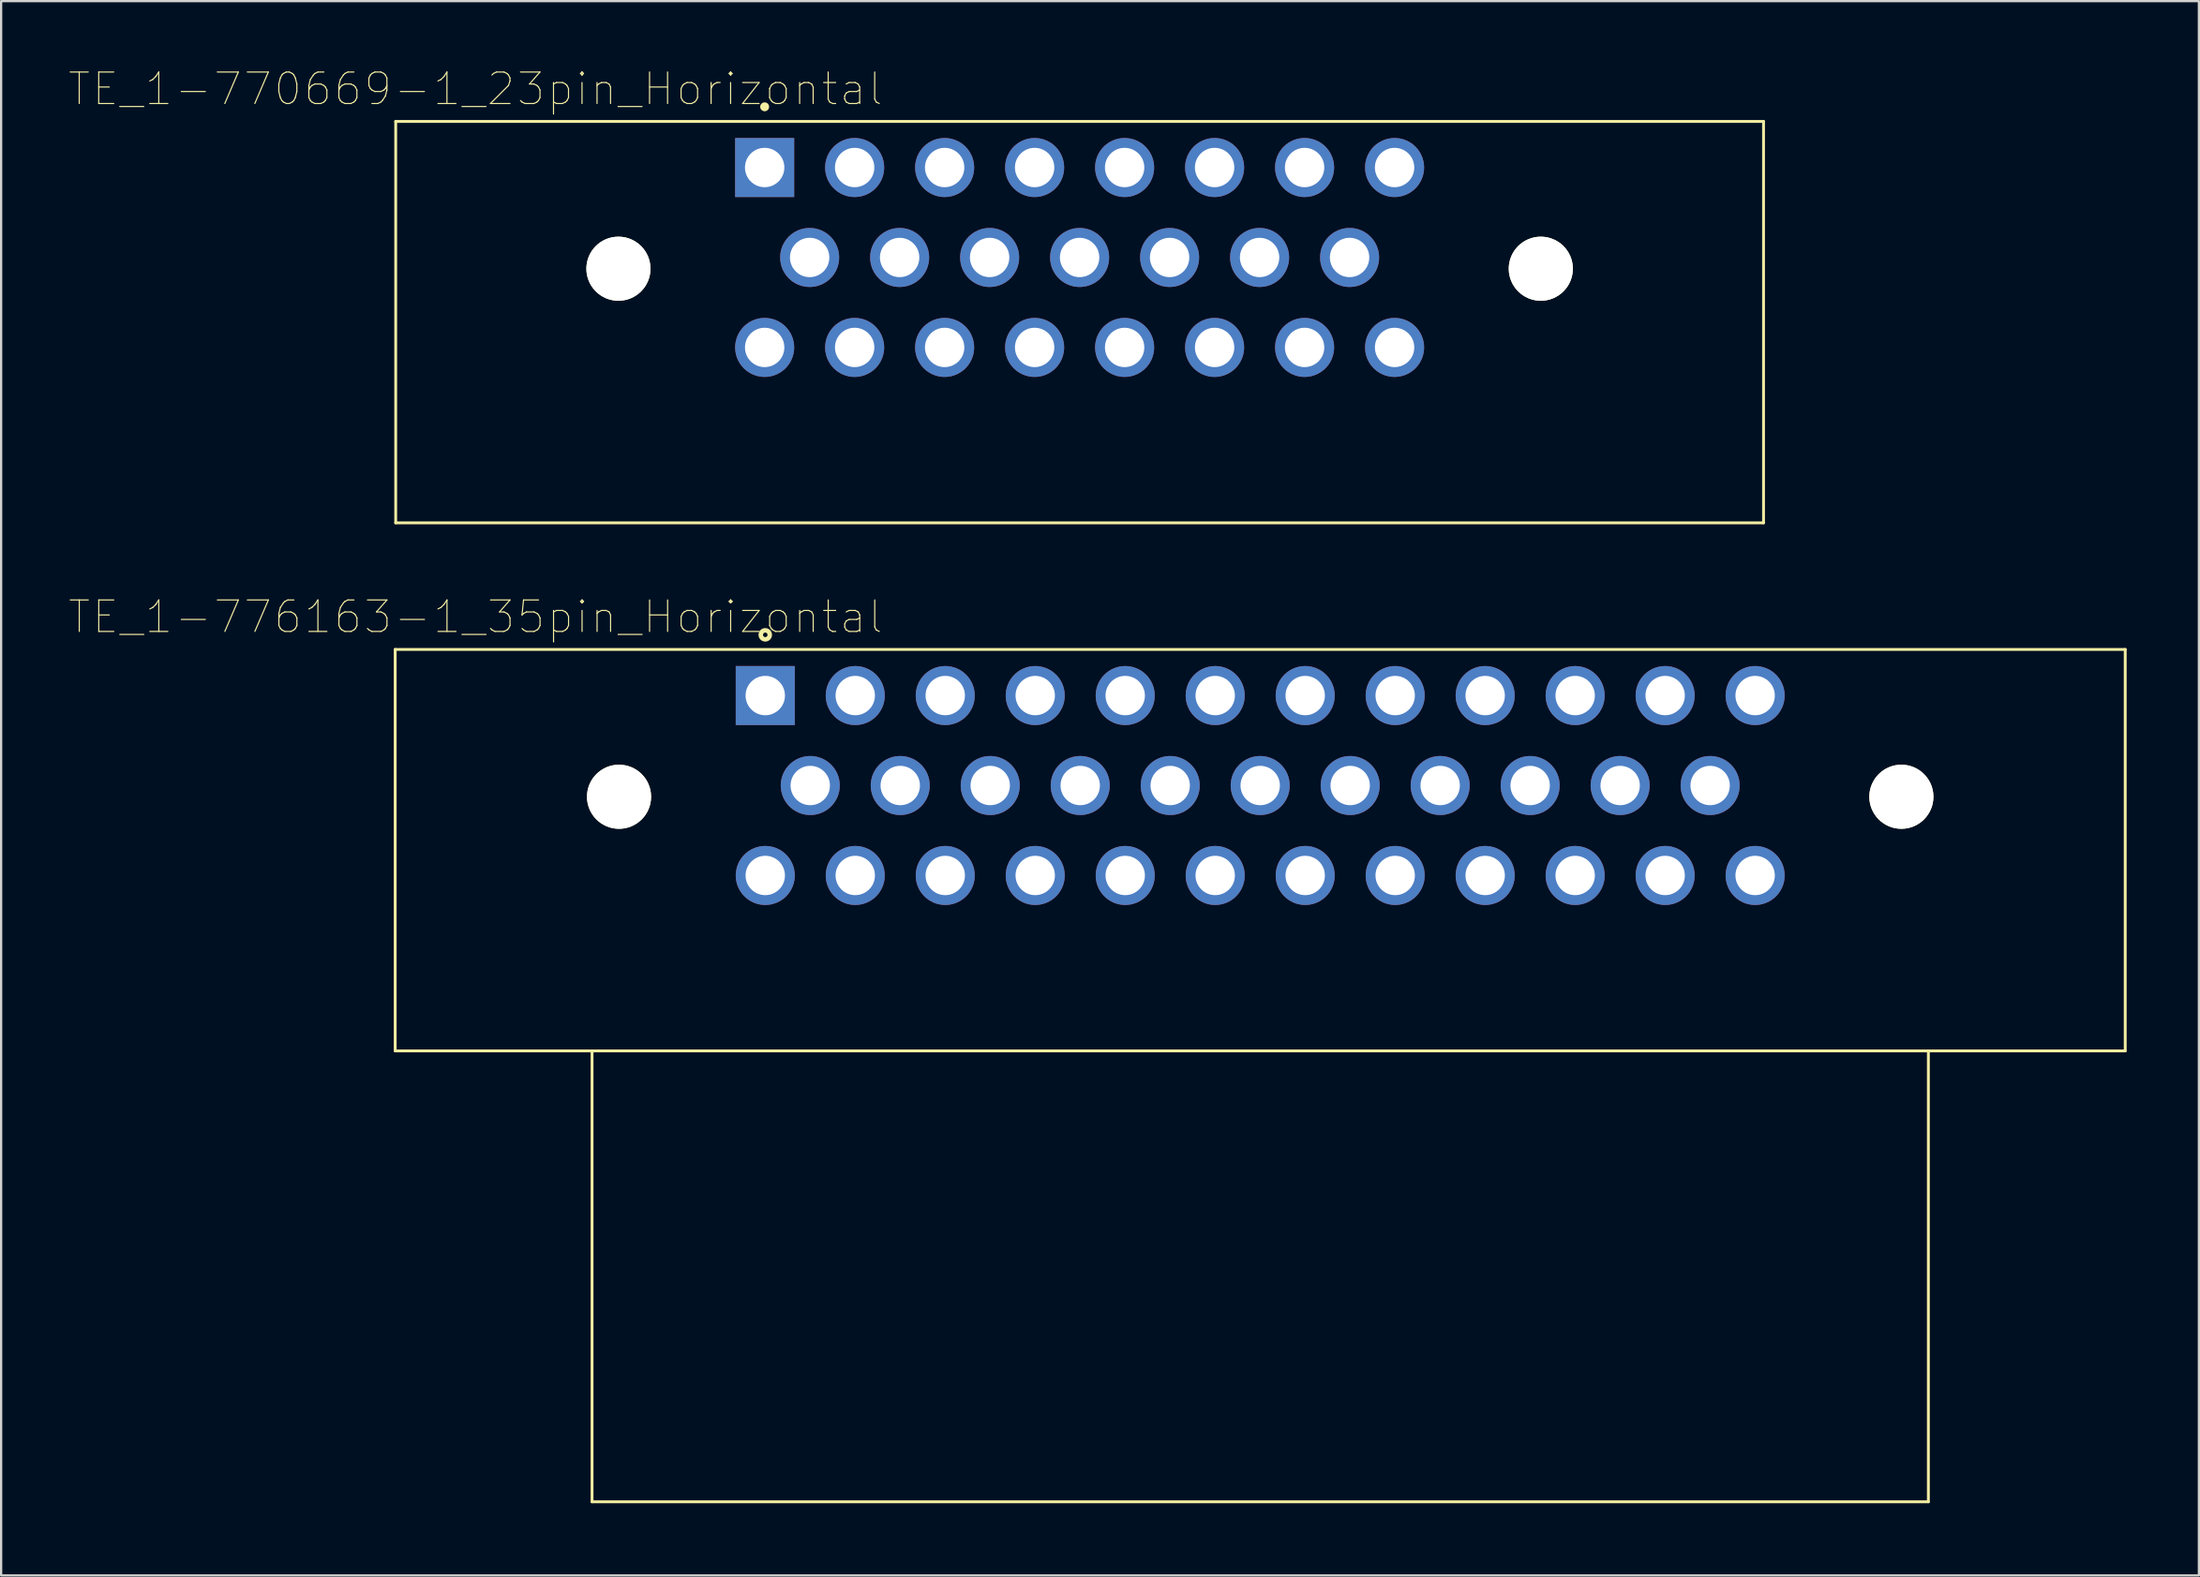
<source format=kicad_pcb>
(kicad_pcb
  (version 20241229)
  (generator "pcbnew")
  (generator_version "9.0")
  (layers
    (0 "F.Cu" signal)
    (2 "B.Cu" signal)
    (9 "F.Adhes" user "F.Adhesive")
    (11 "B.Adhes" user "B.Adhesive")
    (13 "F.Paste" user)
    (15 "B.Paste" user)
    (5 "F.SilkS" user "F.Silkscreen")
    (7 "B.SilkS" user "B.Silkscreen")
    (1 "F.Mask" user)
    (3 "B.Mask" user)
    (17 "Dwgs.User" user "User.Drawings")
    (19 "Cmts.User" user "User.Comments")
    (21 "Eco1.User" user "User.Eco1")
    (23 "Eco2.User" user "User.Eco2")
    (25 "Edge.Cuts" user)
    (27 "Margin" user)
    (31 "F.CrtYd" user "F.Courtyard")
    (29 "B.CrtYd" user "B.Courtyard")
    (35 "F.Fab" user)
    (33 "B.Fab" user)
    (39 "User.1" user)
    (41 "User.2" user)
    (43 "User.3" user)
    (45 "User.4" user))
  (footprint "TE_1-770669-1_23pin_Horizontal"
    (layer "F.Cu")
    (at 30.939 4.399)
    (property "Reference" "TE_1-770669-1_23pin_Horizontal" (at -12.855 -3.492 0) (layer "F.SilkS") (effects (font (size 1.401 1.401) (thickness 0.05))))
    (attr through_hole)
    (fp_line (start -16.4 -2.05) (end -16.4 15.8) (stroke (width 0.127) (type solid)) (layer "F.SilkS"))
    (fp_line (start 44.4 -2.05) (end -16.4 -2.05) (stroke (width 0.127) (type solid)) (layer "F.SilkS"))
    (fp_line (start 44.4 15.8) (end -16.4 15.8) (stroke (width 0.127) (type solid)) (layer "F.SilkS"))
    (fp_line (start 44.4 15.8) (end 44.4 -2.05) (stroke (width 0.127) (type solid)) (layer "F.SilkS"))
    (fp_circle (center 0 -2.7) (end 0.1 -2.7) (stroke (width 0.2) (type solid)) (fill no) (layer "F.SilkS"))
    (fp_line (start -16.65 -2.3) (end 44.65 -2.3) (stroke (width 0.05) (type solid)) (layer "Eco1.User"))
    (fp_line (start -16.65 16.05) (end -16.65 -2.3) (stroke (width 0.05) (type solid)) (layer "Eco1.User"))
    (fp_line (start 44.65 -2.3) (end 44.65 16.05) (stroke (width 0.05) (type solid)) (layer "Eco1.User"))
    (fp_line (start 44.65 16.05) (end -16.65 16.05) (stroke (width 0.05) (type solid)) (layer "Eco1.User"))
    (fp_line (start -16.4 -2.05) (end -16.4 15.8) (stroke (width 0.127) (type solid)) (layer "Eco2.User"))
    (fp_line (start 44.4 -2.05) (end -16.4 -2.05) (stroke (width 0.127) (type solid)) (layer "Eco2.User"))
    (fp_line (start 44.4 15.8) (end -16.4 15.8) (stroke (width 0.127) (type solid)) (layer "Eco2.User"))
    (fp_line (start 44.4 15.8) (end 44.4 -2.05) (stroke (width 0.127) (type solid)) (layer "Eco2.User"))
    (pad "" np_thru_hole circle (at -6.5 4.5) (size 2.85 2.85) (drill 2.85) (layers "*.Cu" "*.Mask" "F.SilkS"))
    (pad "" np_thru_hole circle (at 34.5 4.5) (size 2.85 2.85) (drill 2.85) (layers "*.Cu" "*.Mask" "F.SilkS"))
    (pad "1" thru_hole rect (at 0 0) (size 2.625 2.625) (drill 1.75) (layers "*.Cu" "*.Mask"))
    (pad "2" thru_hole circle (at 4 0) (size 2.625 2.625) (drill 1.75) (layers "*.Cu" "*.Mask"))
    (pad "3" thru_hole circle (at 8 0) (size 2.625 2.625) (drill 1.75) (layers "*.Cu" "*.Mask"))
    (pad "4" thru_hole circle (at 12 0) (size 2.625 2.625) (drill 1.75) (layers "*.Cu" "*.Mask"))
    (pad "5" thru_hole circle (at 16 0) (size 2.625 2.625) (drill 1.75) (layers "*.Cu" "*.Mask"))
    (pad "6" thru_hole circle (at 20 0) (size 2.625 2.625) (drill 1.75) (layers "*.Cu" "*.Mask"))
    (pad "7" thru_hole circle (at 24 0) (size 2.625 2.625) (drill 1.75) (layers "*.Cu" "*.Mask"))
    (pad "8" thru_hole circle (at 28 0) (size 2.625 2.625) (drill 1.75) (layers "*.Cu" "*.Mask"))
    (pad "9" thru_hole circle (at 2 4) (size 2.625 2.625) (drill 1.75) (layers "*.Cu" "*.Mask"))
    (pad "10" thru_hole circle (at 6 4) (size 2.625 2.625) (drill 1.75) (layers "*.Cu" "*.Mask"))
    (pad "11" thru_hole circle (at 10 4) (size 2.625 2.625) (drill 1.75) (layers "*.Cu" "*.Mask"))
    (pad "12" thru_hole circle (at 14 4) (size 2.625 2.625) (drill 1.75) (layers "*.Cu" "*.Mask"))
    (pad "13" thru_hole circle (at 18 4) (size 2.625 2.625) (drill 1.75) (layers "*.Cu" "*.Mask"))
    (pad "14" thru_hole circle (at 22 4) (size 2.625 2.625) (drill 1.75) (layers "*.Cu" "*.Mask"))
    (pad "15" thru_hole circle (at 26 4) (size 2.625 2.625) (drill 1.75) (layers "*.Cu" "*.Mask"))
    (pad "16" thru_hole circle (at 0 8) (size 2.625 2.625) (drill 1.75) (layers "*.Cu" "*.Mask"))
    (pad "17" thru_hole circle (at 4 8) (size 2.625 2.625) (drill 1.75) (layers "*.Cu" "*.Mask"))
    (pad "18" thru_hole circle (at 8 8) (size 2.625 2.625) (drill 1.75) (layers "*.Cu" "*.Mask"))
    (pad "19" thru_hole circle (at 12 8) (size 2.625 2.625) (drill 1.75) (layers "*.Cu" "*.Mask"))
    (pad "20" thru_hole circle (at 16 8) (size 2.625 2.625) (drill 1.75) (layers "*.Cu" "*.Mask"))
    (pad "21" thru_hole circle (at 20 8) (size 2.625 2.625) (drill 1.75) (layers "*.Cu" "*.Mask"))
    (pad "22" thru_hole circle (at 24 8) (size 2.625 2.625) (drill 1.75) (layers "*.Cu" "*.Mask"))
    (pad "23" thru_hole circle (at 28 8) (size 2.625 2.625) (drill 1.75) (layers "*.Cu" "*.Mask")))
  (footprint "TE_1-776163-1_35pin_Horizontal"
    (layer "F.Cu")
    (at 52.966 31.879)
    (property "Reference" "TE_1-776163-1_35pin_Horizontal" (at -34.88 -7.497 0) (layer "F.SilkS") (effects (font (size 1.401 1.401) (thickness 0.05))))
    (attr through_hole)
    (fp_line (start -38.45 -6.05) (end -38.45 11.8) (stroke (width 0.127) (type solid)) (layer "F.SilkS"))
    (fp_line (start -29.7 11.8) (end -38.45 11.8) (stroke (width 0.127) (type solid)) (layer "F.SilkS"))
    (fp_line (start -29.7 31.85) (end -29.7 11.8) (stroke (width 0.127) (type solid)) (layer "F.SilkS"))
    (fp_line (start -29.7 31.85) (end 29.7 31.85) (stroke (width 0.127) (type solid)) (layer "F.SilkS"))
    (fp_line (start 29.7 11.8) (end -29.7 11.8) (stroke (width 0.127) (type solid)) (layer "F.SilkS"))
    (fp_line (start 29.7 31.85) (end 29.7 11.8) (stroke (width 0.127) (type solid)) (layer "F.SilkS"))
    (fp_line (start 38.45 -6.05) (end -38.45 -6.05) (stroke (width 0.127) (type solid)) (layer "F.SilkS"))
    (fp_line (start 38.45 11.8) (end 29.7 11.8) (stroke (width 0.127) (type solid)) (layer "F.SilkS"))
    (fp_line (start 38.45 11.8) (end 38.45 -6.05) (stroke (width 0.127) (type solid)) (layer "F.SilkS"))
    (fp_circle (center -22 -6.7) (end -21.8 -6.7) (stroke (width 0.2) (type solid)) (fill no) (layer "F.SilkS"))
    (fp_line (start -38.7 -6.3) (end 38.7 -6.3) (stroke (width 0.05) (type solid)) (layer "Eco1.User"))
    (fp_line (start -38.7 12.05) (end -38.7 -6.3) (stroke (width 0.05) (type solid)) (layer "Eco1.User"))
    (fp_line (start -29.95 12.05) (end -38.7 12.05) (stroke (width 0.05) (type solid)) (layer "Eco1.User"))
    (fp_line (start -29.95 32.1) (end -29.95 12.05) (stroke (width 0.05) (type solid)) (layer "Eco1.User"))
    (fp_line (start 29.95 12.05) (end 29.95 32.1) (stroke (width 0.05) (type solid)) (layer "Eco1.User"))
    (fp_line (start 29.95 32.1) (end -29.95 32.1) (stroke (width 0.05) (type solid)) (layer "Eco1.User"))
    (fp_line (start 38.7 -6.3) (end 38.7 12.05) (stroke (width 0.05) (type solid)) (layer "Eco1.User"))
    (fp_line (start 38.7 12.05) (end 29.95 12.05) (stroke (width 0.05) (type solid)) (layer "Eco1.User"))
    (fp_line (start -38.45 -6.05) (end -38.45 11.8) (stroke (width 0.127) (type solid)) (layer "Eco2.User"))
    (fp_line (start -29.7 11.8) (end -38.45 11.8) (stroke (width 0.127) (type solid)) (layer "Eco2.User"))
    (fp_line (start -29.7 31.85) (end -29.7 11.8) (stroke (width 0.127) (type solid)) (layer "Eco2.User"))
    (fp_line (start -29.7 31.85) (end 29.7 31.85) (stroke (width 0.127) (type solid)) (layer "Eco2.User"))
    (fp_line (start 29.7 11.8) (end -29.7 11.8) (stroke (width 0.127) (type solid)) (layer "Eco2.User"))
    (fp_line (start 29.7 31.85) (end 29.7 11.8) (stroke (width 0.127) (type solid)) (layer "Eco2.User"))
    (fp_line (start 38.45 -6.05) (end -38.45 -6.05) (stroke (width 0.127) (type solid)) (layer "Eco2.User"))
    (fp_line (start 38.45 11.8) (end 29.7 11.8) (stroke (width 0.127) (type solid)) (layer "Eco2.User"))
    (fp_line (start 38.45 11.8) (end 38.45 -6.05) (stroke (width 0.127) (type solid)) (layer "Eco2.User"))
    (fp_circle (center -24.54 -4.16) (end -24.34 -4.16) (stroke (width 0.2) (type solid)) (fill no) (layer "Eco2.User"))
    (pad "" np_thru_hole circle (at -28.5 0.5) (size 2.85 2.85) (drill 2.85) (layers "*.Cu" "*.Mask" "F.SilkS"))
    (pad "" np_thru_hole circle (at 28.5 0.5) (size 2.85 2.85) (drill 2.85) (layers "*.Cu" "*.Mask" "F.SilkS"))
    (pad "1" thru_hole rect (at -22 -4) (size 2.625 2.625) (drill 1.75) (layers "*.Cu" "*.Mask"))
    (pad "2" thru_hole circle (at -18 -4) (size 2.625 2.625) (drill 1.75) (layers "*.Cu" "*.Mask"))
    (pad "3" thru_hole circle (at -14 -4) (size 2.625 2.625) (drill 1.75) (layers "*.Cu" "*.Mask"))
    (pad "4" thru_hole circle (at -10 -4) (size 2.625 2.625) (drill 1.75) (layers "*.Cu" "*.Mask"))
    (pad "5" thru_hole circle (at -6 -4) (size 2.625 2.625) (drill 1.75) (layers "*.Cu" "*.Mask"))
    (pad "6" thru_hole circle (at -2 -4) (size 2.625 2.625) (drill 1.75) (layers "*.Cu" "*.Mask"))
    (pad "7" thru_hole circle (at 2 -4) (size 2.625 2.625) (drill 1.75) (layers "*.Cu" "*.Mask"))
    (pad "8" thru_hole circle (at 6 -4) (size 2.625 2.625) (drill 1.75) (layers "*.Cu" "*.Mask"))
    (pad "9" thru_hole circle (at 10 -4) (size 2.625 2.625) (drill 1.75) (layers "*.Cu" "*.Mask"))
    (pad "10" thru_hole circle (at 14 -4) (size 2.625 2.625) (drill 1.75) (layers "*.Cu" "*.Mask"))
    (pad "11" thru_hole circle (at 18 -4) (size 2.625 2.625) (drill 1.75) (layers "*.Cu" "*.Mask"))
    (pad "12" thru_hole circle (at 22 -4) (size 2.625 2.625) (drill 1.75) (layers "*.Cu" "*.Mask"))
    (pad "13" thru_hole circle (at -20 0) (size 2.625 2.625) (drill 1.75) (layers "*.Cu" "*.Mask"))
    (pad "14" thru_hole circle (at -16 0) (size 2.625 2.625) (drill 1.75) (layers "*.Cu" "*.Mask"))
    (pad "15" thru_hole circle (at -12 0) (size 2.625 2.625) (drill 1.75) (layers "*.Cu" "*.Mask"))
    (pad "16" thru_hole circle (at -8 0) (size 2.625 2.625) (drill 1.75) (layers "*.Cu" "*.Mask"))
    (pad "17" thru_hole circle (at -4 0) (size 2.625 2.625) (drill 1.75) (layers "*.Cu" "*.Mask"))
    (pad "18" thru_hole circle (at 0 0) (size 2.625 2.625) (drill 1.75) (layers "*.Cu" "*.Mask"))
    (pad "19" thru_hole circle (at 4 0) (size 2.625 2.625) (drill 1.75) (layers "*.Cu" "*.Mask"))
    (pad "20" thru_hole circle (at 8 0) (size 2.625 2.625) (drill 1.75) (layers "*.Cu" "*.Mask"))
    (pad "21" thru_hole circle (at 12 0) (size 2.625 2.625) (drill 1.75) (layers "*.Cu" "*.Mask"))
    (pad "22" thru_hole circle (at 16 0) (size 2.625 2.625) (drill 1.75) (layers "*.Cu" "*.Mask"))
    (pad "23" thru_hole circle (at 20 0) (size 2.625 2.625) (drill 1.75) (layers "*.Cu" "*.Mask"))
    (pad "24" thru_hole circle (at -22 4) (size 2.625 2.625) (drill 1.75) (layers "*.Cu" "*.Mask"))
    (pad "25" thru_hole circle (at -18 4) (size 2.625 2.625) (drill 1.75) (layers "*.Cu" "*.Mask"))
    (pad "26" thru_hole circle (at -14 4) (size 2.625 2.625) (drill 1.75) (layers "*.Cu" "*.Mask"))
    (pad "27" thru_hole circle (at -10 4) (size 2.625 2.625) (drill 1.75) (layers "*.Cu" "*.Mask"))
    (pad "28" thru_hole circle (at -6 4) (size 2.625 2.625) (drill 1.75) (layers "*.Cu" "*.Mask"))
    (pad "29" thru_hole circle (at -2 4) (size 2.625 2.625) (drill 1.75) (layers "*.Cu" "*.Mask"))
    (pad "30" thru_hole circle (at 2 4) (size 2.625 2.625) (drill 1.75) (layers "*.Cu" "*.Mask"))
    (pad "31" thru_hole circle (at 6 4) (size 2.625 2.625) (drill 1.75) (layers "*.Cu" "*.Mask"))
    (pad "32" thru_hole circle (at 10 4) (size 2.625 2.625) (drill 1.75) (layers "*.Cu" "*.Mask"))
    (pad "33" thru_hole circle (at 14 4) (size 2.625 2.625) (drill 1.75) (layers "*.Cu" "*.Mask"))
    (pad "34" thru_hole circle (at 18 4) (size 2.625 2.625) (drill 1.75) (layers "*.Cu" "*.Mask"))
    (pad "35" thru_hole circle (at 22 4) (size 2.625 2.625) (drill 1.75) (layers "*.Cu" "*.Mask")))
  (gr_rect
    (start -3 -3)
    (end 94.691 67.004)
    (stroke (width 0.1) (type default))
    (fill no)
    (layer "Edge.Cuts")))
</source>
